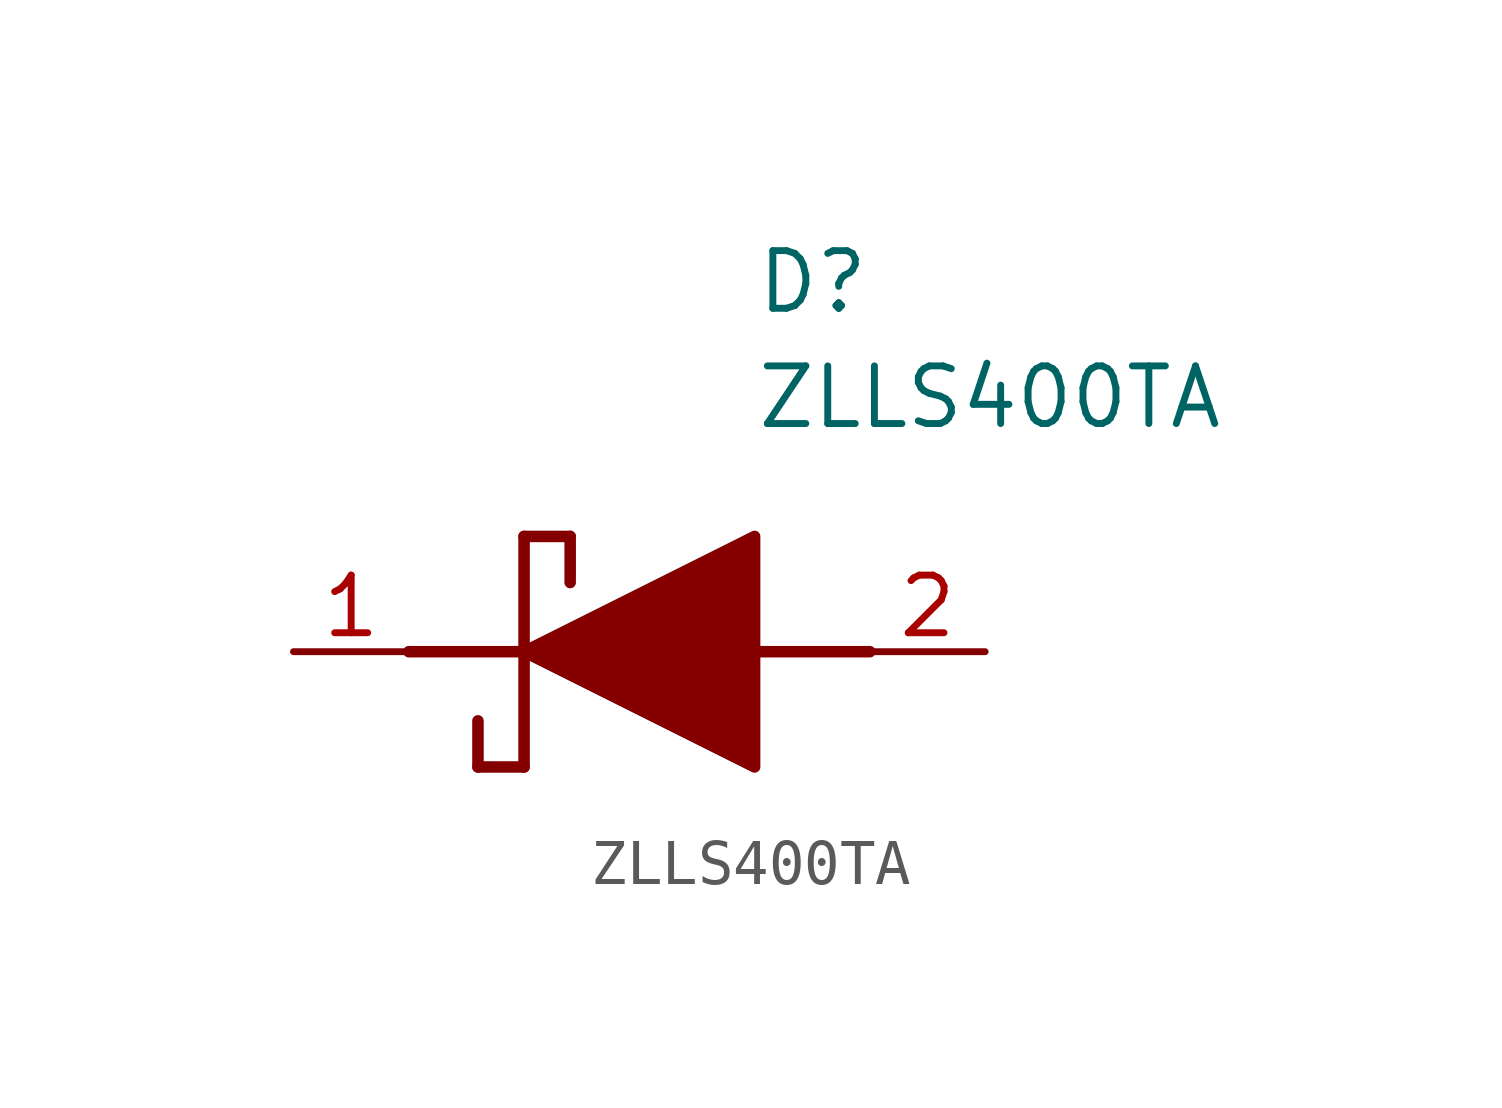
<source format=kicad_sym>
(kicad_symbol_lib
  (version 20211014)
  (generator SamacSys_ECAD_Model)
  (symbol "ZLLS400TA"
    (pin_names hide)
    (property "Reference" "D"
      (at 12.7 8.89 0)
      (effects (font (size 1.27 1.27)) (justify left top)))
    (property "Value" "ZLLS400TA"
      (at 12.7 6.35 0)
      (effects (font (size 1.27 1.27)) (justify left top)))
    (polyline
      (pts (xy 7.62 2.54) (xy 7.62 -2.54))
      (stroke (width 0.254) (type default))
      (fill (type none)))
    (polyline
      (pts (xy 7.62 2.54) (xy 8.636 2.54))
      (stroke (width 0.254) (type default))
      (fill (type none)))
    (polyline
      (pts (xy 8.636 1.524) (xy 8.636 2.54))
      (stroke (width 0.254) (type default))
      (fill (type none)))
    (polyline
      (pts (xy 7.62 -2.54) (xy 6.604 -2.54))
      (stroke (width 0.254) (type default))
      (fill (type none)))
    (polyline
      (pts (xy 6.604 -1.524) (xy 6.604 -2.54))
      (stroke (width 0.254) (type default))
      (fill (type none)))
    (polyline
      (pts (xy 5.08 0) (xy 7.62 0))
      (stroke (width 0.254) (type default))
      (fill (type none)))
    (polyline
      (pts (xy 12.7 0) (xy 15.24 0))
      (stroke (width 0.254) (type default))
      (fill (type none)))
    (polyline
      (pts (xy 7.62 0) (xy 12.7 2.54) (xy 12.7 -2.54) (xy 7.62 0))
      (stroke (width 0.254) (type default))
      (fill (type outline)))
    (pin passive line
      (at 2.54 0 0)
      (length 2.54)
      (name "K" (effects (font (size 1.27 1.27))))
      (number "1" (effects (font (size 1.27 1.27)))))
    (pin passive line
      (at 17.78 0 180)
      (length 2.54)
      (name "A" (effects (font (size 1.27 1.27))))
      (number "2" (effects (font (size 1.27 1.27)))))))
</source>
